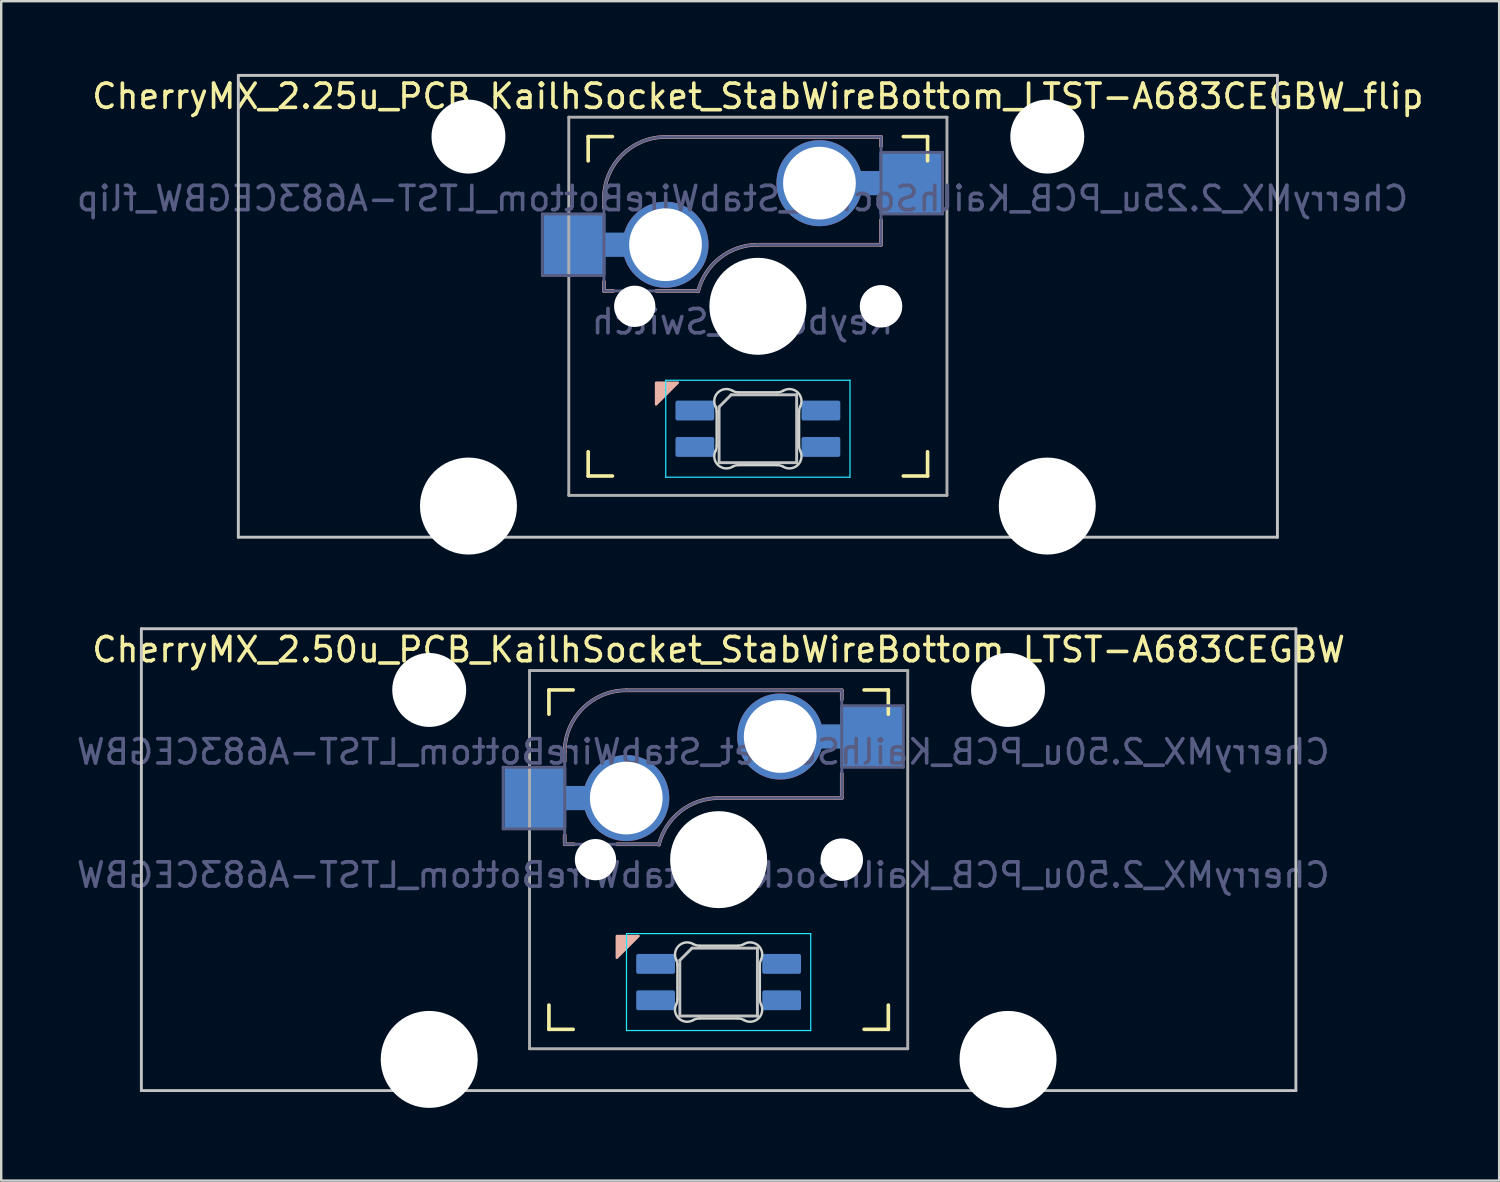
<source format=kicad_pcb>
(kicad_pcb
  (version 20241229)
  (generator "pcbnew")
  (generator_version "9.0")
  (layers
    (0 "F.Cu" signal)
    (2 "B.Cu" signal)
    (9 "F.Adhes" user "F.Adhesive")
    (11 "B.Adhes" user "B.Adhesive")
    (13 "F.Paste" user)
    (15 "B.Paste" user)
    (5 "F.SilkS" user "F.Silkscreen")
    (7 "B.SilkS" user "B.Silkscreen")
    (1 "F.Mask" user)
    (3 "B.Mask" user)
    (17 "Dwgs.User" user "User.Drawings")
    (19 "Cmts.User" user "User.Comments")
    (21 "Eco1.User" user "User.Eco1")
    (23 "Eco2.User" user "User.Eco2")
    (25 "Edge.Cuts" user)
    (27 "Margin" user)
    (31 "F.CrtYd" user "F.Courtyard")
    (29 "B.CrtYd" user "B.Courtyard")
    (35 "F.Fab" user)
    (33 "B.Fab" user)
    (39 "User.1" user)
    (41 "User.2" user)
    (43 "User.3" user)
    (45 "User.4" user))
  (footprint "CherryMX_2.50u_PCB_KailhSocket_StabWireBottom_LTST-A683CEGBW"
    (layer "F.Cu")
    (at 26.593 32.41)
    (property "Reference" "CherryMX_2.50u_PCB_KailhSocket_StabWireBottom_LTST-A683CEGBW" (at 0 -8.662 0) (layer "F.SilkS") (effects (font (size 1 1) (thickness 0.15))))
    (property "Value" "CherryMX_2.50u_PCB_KailhSocket_StabWireBottom_LTST-A683CEGBW" (at 0 8.662 0) (layer "F.Fab") (hide yes) (effects (font (size 1 1) (thickness 0.15))))
    (attr through_hole)
    (fp_line (start -7 -6) (end -7 -7) (stroke (width 0.15) (type solid)) (layer "F.SilkS"))
    (fp_line (start -7 7) (end -7 6) (stroke (width 0.15) (type solid)) (layer "F.SilkS"))
    (fp_line (start -7 7) (end -6 7) (stroke (width 0.15) (type solid)) (layer "F.SilkS"))
    (fp_line (start -6 -7) (end -7 -7) (stroke (width 0.15) (type solid)) (layer "F.SilkS"))
    (fp_line (start 6 7) (end 7 7) (stroke (width 0.15) (type solid)) (layer "F.SilkS"))
    (fp_line (start 7 -7) (end 6 -7) (stroke (width 0.15) (type solid)) (layer "F.SilkS"))
    (fp_line (start 7 -7) (end 7 -6) (stroke (width 0.15) (type solid)) (layer "F.SilkS"))
    (fp_line (start 7 6) (end 7 7) (stroke (width 0.15) (type solid)) (layer "F.SilkS"))
    (fp_line (start -6.35 -4.445) (end -6.35 -4.064) (stroke (width 0.15) (type solid)) (layer "B.SilkS"))
    (fp_line (start -6.35 -1.016) (end -6.35 -0.635) (stroke (width 0.15) (type solid)) (layer "B.SilkS"))
    (fp_line (start -5.969 -0.635) (end -6.35 -0.635) (stroke (width 0.15) (type solid)) (layer "B.SilkS"))
    (fp_line (start -3.81 -6.985) (end 5.08 -6.985) (stroke (width 0.15) (type solid)) (layer "B.SilkS"))
    (fp_line (start -2.464 -0.635) (end -4.191 -0.635) (stroke (width 0.15) (type solid)) (layer "B.SilkS"))
    (fp_line (start 5.08 -6.985) (end 5.08 -6.604) (stroke (width 0.15) (type solid)) (layer "B.SilkS"))
    (fp_line (start 5.08 -3.556) (end 5.08 -2.54) (stroke (width 0.15) (type solid)) (layer "B.SilkS"))
    (fp_line (start 5.08 -2.54) (end 0 -2.54) (stroke (width 0.15) (type solid)) (layer "B.SilkS"))
    (fp_arc (start -6.35 -4.445) (mid -5.606051 -6.241051) (end -3.81 -6.985) (stroke (width 0.15) (type solid)) (layer "B.SilkS"))
    (fp_arc (start -2.464162 -0.61604) (mid -1.563147 -2.002042) (end 0 -2.54) (stroke (width 0.15) (type solid)) (layer "B.SilkS"))
    (fp_poly (pts (xy -4.2 4.05) (xy -3.3 3.15) (xy -4.2 3.15)) (stroke (width 0.1) (type solid)) (fill yes) (layer "B.SilkS"))
    (fp_line (start -23.812 -9.525) (end 23.812 -9.525) (stroke (width 0.12) (type solid)) (layer "Dwgs.User"))
    (fp_line (start -23.812 9.525) (end -23.812 -9.525) (stroke (width 0.12) (type solid)) (layer "Dwgs.User"))
    (fp_line (start -1.6 4.15) (end -1.6 6.45) (stroke (width 0.12) (type solid)) (layer "Dwgs.User"))
    (fp_line (start -1.6 4.15) (end -1.1 3.65) (stroke (width 0.12) (type solid)) (layer "Dwgs.User"))
    (fp_line (start -1.6 6.45) (end 1.6 6.45) (stroke (width 0.12) (type solid)) (layer "Dwgs.User"))
    (fp_line (start 1.6 3.65) (end -1.1 3.65) (stroke (width 0.12) (type solid)) (layer "Dwgs.User"))
    (fp_line (start 1.6 6.45) (end 1.6 3.65) (stroke (width 0.12) (type solid)) (layer "Dwgs.User"))
    (fp_line (start 23.812 -9.525) (end 23.812 9.525) (stroke (width 0.12) (type solid)) (layer "Dwgs.User"))
    (fp_line (start 23.812 9.525) (end -23.812 9.525) (stroke (width 0.12) (type solid)) (layer "Dwgs.User"))
    (fp_line (start -6.9 6.9) (end -6.9 -6.9) (stroke (width 0.15) (type solid)) (layer "Eco2.User"))
    (fp_line (start -6.9 6.9) (end 6.9 6.9) (stroke (width 0.15) (type solid)) (layer "Eco2.User"))
    (fp_line (start 6.9 -6.9) (end -6.9 -6.9) (stroke (width 0.15) (type solid)) (layer "Eco2.User"))
    (fp_line (start 6.9 -6.9) (end 6.9 6.9) (stroke (width 0.15) (type solid)) (layer "Eco2.User"))
    (fp_line (start -1.7 5.753) (end -1.7 4.347) (stroke (width 0.1) (type solid)) (layer "Edge.Cuts"))
    (fp_line (start -0.794 3.55) (end 0.794 3.55) (stroke (width 0.1) (type solid)) (layer "Edge.Cuts"))
    (fp_line (start 0.794 6.55) (end -0.794 6.55) (stroke (width 0.1) (type solid)) (layer "Edge.Cuts"))
    (fp_line (start 1.7 4.347) (end 1.7 5.753) (stroke (width 0.1) (type solid)) (layer "Edge.Cuts"))
    (fp_arc (start -1.749484 4.13028) (mid -1.712527 4.235932) (end -1.699999 4.347158) (stroke (width 0.1) (type solid)) (layer "Edge.Cuts"))
    (fp_arc (start -1.749484 4.130281) (mid -1.638072 3.545965) (end -1.046711 3.481701) (stroke (width 0.1) (type solid)) (layer "Edge.Cuts"))
    (fp_arc (start -1.699999 5.752843) (mid -1.712527 5.864068) (end -1.749484 5.96972) (stroke (width 0.1) (type solid)) (layer "Edge.Cuts"))
    (fp_arc (start -1.046711 6.618298) (mid -1.63807 6.554034) (end -1.749484 5.96972) (stroke (width 0.1) (type solid)) (layer "Edge.Cuts"))
    (fp_arc (start -1.046711 6.618298) (mid -0.925123 6.567376) (end -0.794453 6.549999) (stroke (width 0.1) (type solid)) (layer "Edge.Cuts"))
    (fp_arc (start -0.794452 3.55) (mid -0.925123 3.532623) (end -1.046711 3.481701) (stroke (width 0.1) (type solid)) (layer "Edge.Cuts"))
    (fp_arc (start 0.794453 6.55) (mid 0.925123 6.567377) (end 1.046711 6.618299) (stroke (width 0.1) (type solid)) (layer "Edge.Cuts"))
    (fp_arc (start 1.04671 3.481701) (mid 0.925122 3.532623) (end 0.794452 3.55) (stroke (width 0.1) (type solid)) (layer "Edge.Cuts"))
    (fp_arc (start 1.046711 3.481703) (mid 1.63807 3.545966) (end 1.749484 4.13028) (stroke (width 0.1) (type solid)) (layer "Edge.Cuts"))
    (fp_arc (start 1.699999 4.347157) (mid 1.712527 4.235932) (end 1.749484 4.13028) (stroke (width 0.1) (type solid)) (layer "Edge.Cuts"))
    (fp_arc (start 1.749484 5.96972) (mid 1.638071 6.554035) (end 1.046711 6.618299) (stroke (width 0.1) (type solid)) (layer "Edge.Cuts"))
    (fp_arc (start 1.749484 5.96972) (mid 1.712527 5.864068) (end 1.699999 5.752842) (stroke (width 0.1) (type solid)) (layer "Edge.Cuts"))
    (fp_line (start -3.8 3.05) (end -3.8 7.05) (stroke (width 0.05) (type solid)) (layer "B.CrtYd"))
    (fp_line (start -3.8 7.05) (end 3.8 7.05) (stroke (width 0.05) (type solid)) (layer "B.CrtYd"))
    (fp_line (start 3.8 3.05) (end -3.8 3.05) (stroke (width 0.05) (type solid)) (layer "B.CrtYd"))
    (fp_line (start 3.8 7.05) (end 3.8 3.05) (stroke (width 0.05) (type solid)) (layer "B.CrtYd"))
    (fp_line (start -8.89 -3.81) (end -6.35 -3.81) (stroke (width 0.12) (type solid)) (layer "B.Fab"))
    (fp_line (start -8.89 -1.27) (end -8.89 -3.81) (stroke (width 0.12) (type solid)) (layer "B.Fab"))
    (fp_line (start -6.35 -1.27) (end -8.89 -1.27) (stroke (width 0.12) (type solid)) (layer "B.Fab"))
    (fp_line (start -6.35 -0.635) (end -6.35 -4.445) (stroke (width 0.12) (type solid)) (layer "B.Fab"))
    (fp_line (start -6.35 -0.635) (end -2.54 -0.635) (stroke (width 0.12) (type solid)) (layer "B.Fab"))
    (fp_line (start -3.81 -6.985) (end 5.08 -6.985) (stroke (width 0.12) (type solid)) (layer "B.Fab"))
    (fp_line (start 5.08 -6.985) (end 5.08 -2.54) (stroke (width 0.12) (type solid)) (layer "B.Fab"))
    (fp_line (start 5.08 -6.35) (end 7.62 -6.35) (stroke (width 0.12) (type solid)) (layer "B.Fab"))
    (fp_line (start 5.08 -2.54) (end 0 -2.54) (stroke (width 0.12) (type solid)) (layer "B.Fab"))
    (fp_line (start 7.62 -6.35) (end 7.62 -3.81) (stroke (width 0.12) (type solid)) (layer "B.Fab"))
    (fp_line (start 7.62 -3.81) (end 5.08 -3.81) (stroke (width 0.12) (type solid)) (layer "B.Fab"))
    (fp_arc (start -6.35 -4.445) (mid -5.606051 -6.241051) (end -3.81 -6.985) (stroke (width 0.12) (type solid)) (layer "B.Fab"))
    (fp_arc (start -2.464162 -0.61604) (mid -1.563147 -2.002042) (end 0 -2.54) (stroke (width 0.12) (type solid)) (layer "B.Fab"))
    (fp_line (start -7.8 -7.8) (end -7.8 7.8) (stroke (width 0.12) (type solid)) (layer "F.Fab"))
    (fp_line (start -7.8 -7.8) (end 7.8 -7.8) (stroke (width 0.12) (type solid)) (layer "F.Fab"))
    (fp_line (start -7.8 7.8) (end 7.8 7.8) (stroke (width 0.12) (type solid)) (layer "F.Fab"))
    (fp_line (start 7.8 -7.8) (end 7.8 7.8) (stroke (width 0.12) (type solid)) (layer "F.Fab"))
    (fp_text user "${VALUE}" (at -0.635 0.635 0) (layer "B.Fab") (effects (font (size 1 1) (thickness 0.15)) (justify mirror)))
    (fp_text user "${REFERENCE}" (at -0.635 -4.445 0) (layer "B.Fab") (effects (font (size 1 1) (thickness 0.15)) (justify mirror)))
    (pad "" np_thru_hole circle (at -11.938 -7) (size 3.05 3.05) (drill 3.05) (layers "*.Cu" "*.Mask"))
    (pad "" np_thru_hole circle (at -11.938 8.24) (size 4 4) (drill 4) (layers "*.Cu" "*.Mask"))
    (pad "" np_thru_hole circle (at -5.08 0) (size 1.702 1.702) (drill 1.702) (layers "*.Cu" "*.Mask"))
    (pad "" np_thru_hole circle (at 0 0) (size 4 4) (drill 4) (layers "*.Cu" "*.Mask"))
    (pad "" np_thru_hole circle (at 5.08 0) (size 1.702 1.702) (drill 1.702) (layers "*.Cu" "*.Mask"))
    (pad "" np_thru_hole circle (at 5.08 0) (size 1.75 1.75) (drill 1.75) (layers "*.Cu" "*.Mask"))
    (pad "" np_thru_hole circle (at 11.938 -7) (size 3.05 3.05) (drill 3.05) (layers "*.Cu" "*.Mask"))
    (pad "" np_thru_hole circle (at 11.938 8.24) (size 4 4) (drill 4) (layers "*.Cu" "*.Mask"))
    (pad "1" smd rect (at -7.56 -2.54) (size 2.55 2.5) (layers "B.Cu" "B.Mask" "B.Paste"))
    (pad "1" connect rect (at -5.715 -2.54 90) (size 1 2.5) (layers "B.Cu"))
    (pad "1" thru_hole circle (at -3.81 -2.54) (size 3.55 3.55) (drill 3) (layers "*.Cu"))
    (pad "2" thru_hole circle (at 2.54 -5.08) (size 3.55 3.55) (drill 3) (layers "*.Cu"))
    (pad "2" connect rect (at 5.015 -5.08 270) (size 1 2.5) (layers "B.Cu"))
    (pad "2" smd rect (at 6.29 -5.08) (size 2.55 2.5) (layers "B.Cu" "B.Mask" "B.Paste"))
    (pad "3" smd roundrect (at -2.6 4.3 90) (size 0.82 1.6) (layers "B.Cu" "B.Mask" "B.Paste") (roundrect_rratio 0.1))
    (pad "4" smd roundrect (at -2.6 5.8 90) (size 0.82 1.6) (layers "B.Cu" "B.Mask" "B.Paste") (roundrect_rratio 0.1))
    (pad "5" smd roundrect (at 2.6 4.3 90) (size 0.82 1.6) (layers "B.Cu" "B.Mask" "B.Paste") (roundrect_rratio 0.1))
    (pad "6" smd roundrect (at 2.6 5.8 90) (size 0.82 1.6) (layers "B.Cu" "B.Mask" "B.Paste") (roundrect_rratio 0.1)))
  (footprint "CherryMX_2.25u_PCB_KailhSocket_StabWireBottom_LTST-A683CEGBW_flip"
    (layer "F.Cu")
    (at 28.212 9.585)
    (property "Reference" "CherryMX_2.25u_PCB_KailhSocket_StabWireBottom_LTST-A683CEGBW_flip" (at 0 -8.662 0) (layer "F.SilkS") (effects (font (size 1 1) (thickness 0.15))))
    (property "Value" "Keyboard_Switch" (at 0 8.662 0) (layer "F.Fab") (hide yes) (effects (font (size 1 1) (thickness 0.15))))
    (attr through_hole)
    (fp_line (start -7 -6) (end -7 -7) (stroke (width 0.15) (type solid)) (layer "F.SilkS"))
    (fp_line (start -7 7) (end -7 6) (stroke (width 0.15) (type solid)) (layer "F.SilkS"))
    (fp_line (start -7 7) (end -6 7) (stroke (width 0.15) (type solid)) (layer "F.SilkS"))
    (fp_line (start -6 -7) (end -7 -7) (stroke (width 0.15) (type solid)) (layer "F.SilkS"))
    (fp_line (start 6 7) (end 7 7) (stroke (width 0.15) (type solid)) (layer "F.SilkS"))
    (fp_line (start 7 -7) (end 6 -7) (stroke (width 0.15) (type solid)) (layer "F.SilkS"))
    (fp_line (start 7 -7) (end 7 -6) (stroke (width 0.15) (type solid)) (layer "F.SilkS"))
    (fp_line (start 7 6) (end 7 7) (stroke (width 0.15) (type solid)) (layer "F.SilkS"))
    (fp_line (start -6.35 -4.445) (end -6.35 -4.064) (stroke (width 0.15) (type solid)) (layer "B.SilkS"))
    (fp_line (start -6.35 -1.016) (end -6.35 -0.635) (stroke (width 0.15) (type solid)) (layer "B.SilkS"))
    (fp_line (start -5.969 -0.635) (end -6.35 -0.635) (stroke (width 0.15) (type solid)) (layer "B.SilkS"))
    (fp_line (start -3.81 -6.985) (end 5.08 -6.985) (stroke (width 0.15) (type solid)) (layer "B.SilkS"))
    (fp_line (start -2.464 -0.635) (end -4.191 -0.635) (stroke (width 0.15) (type solid)) (layer "B.SilkS"))
    (fp_line (start 5.08 -6.985) (end 5.08 -6.604) (stroke (width 0.15) (type solid)) (layer "B.SilkS"))
    (fp_line (start 5.08 -3.556) (end 5.08 -2.54) (stroke (width 0.15) (type solid)) (layer "B.SilkS"))
    (fp_line (start 5.08 -2.54) (end 0 -2.54) (stroke (width 0.15) (type solid)) (layer "B.SilkS"))
    (fp_arc (start -6.35 -4.445) (mid -5.606051 -6.241051) (end -3.81 -6.985) (stroke (width 0.15) (type solid)) (layer "B.SilkS"))
    (fp_arc (start -2.464162 -0.61604) (mid -1.563147 -2.002042) (end 0 -2.54) (stroke (width 0.15) (type solid)) (layer "B.SilkS"))
    (fp_poly (pts (xy -4.2 4.05) (xy -3.3 3.15) (xy -4.2 3.15)) (stroke (width 0.1) (type solid)) (fill yes) (layer "B.SilkS"))
    (fp_line (start -21.431 -9.525) (end 21.431 -9.525) (stroke (width 0.12) (type solid)) (layer "Dwgs.User"))
    (fp_line (start -21.431 9.525) (end -21.431 -9.525) (stroke (width 0.12) (type solid)) (layer "Dwgs.User"))
    (fp_line (start -1.6 4.15) (end -1.6 6.45) (stroke (width 0.12) (type solid)) (layer "Dwgs.User"))
    (fp_line (start -1.6 4.15) (end -1.1 3.65) (stroke (width 0.12) (type solid)) (layer "Dwgs.User"))
    (fp_line (start -1.6 6.45) (end 1.6 6.45) (stroke (width 0.12) (type solid)) (layer "Dwgs.User"))
    (fp_line (start 1.6 3.65) (end -1.1 3.65) (stroke (width 0.12) (type solid)) (layer "Dwgs.User"))
    (fp_line (start 1.6 6.45) (end 1.6 3.65) (stroke (width 0.12) (type solid)) (layer "Dwgs.User"))
    (fp_line (start 21.431 -9.525) (end 21.431 9.525) (stroke (width 0.12) (type solid)) (layer "Dwgs.User"))
    (fp_line (start 21.431 9.525) (end -21.431 9.525) (stroke (width 0.12) (type solid)) (layer "Dwgs.User"))
    (fp_line (start -6.9 6.9) (end -6.9 -6.9) (stroke (width 0.15) (type solid)) (layer "Eco2.User"))
    (fp_line (start -6.9 6.9) (end 6.9 6.9) (stroke (width 0.15) (type solid)) (layer "Eco2.User"))
    (fp_line (start 6.9 -6.9) (end -6.9 -6.9) (stroke (width 0.15) (type solid)) (layer "Eco2.User"))
    (fp_line (start 6.9 -6.9) (end 6.9 6.9) (stroke (width 0.15) (type solid)) (layer "Eco2.User"))
    (fp_line (start -1.7 5.753) (end -1.7 4.347) (stroke (width 0.1) (type solid)) (layer "Edge.Cuts"))
    (fp_line (start -0.794 3.55) (end 0.794 3.55) (stroke (width 0.1) (type solid)) (layer "Edge.Cuts"))
    (fp_line (start 0.794 6.55) (end -0.794 6.55) (stroke (width 0.1) (type solid)) (layer "Edge.Cuts"))
    (fp_line (start 1.7 4.347) (end 1.7 5.753) (stroke (width 0.1) (type solid)) (layer "Edge.Cuts"))
    (fp_arc (start -1.749484 4.13028) (mid -1.712527 4.235932) (end -1.699999 4.347158) (stroke (width 0.1) (type solid)) (layer "Edge.Cuts"))
    (fp_arc (start -1.749484 4.130281) (mid -1.638072 3.545965) (end -1.046711 3.481701) (stroke (width 0.1) (type solid)) (layer "Edge.Cuts"))
    (fp_arc (start -1.699999 5.752843) (mid -1.712527 5.864068) (end -1.749484 5.96972) (stroke (width 0.1) (type solid)) (layer "Edge.Cuts"))
    (fp_arc (start -1.046711 6.618298) (mid -1.638071 6.554034) (end -1.749484 5.96972) (stroke (width 0.1) (type solid)) (layer "Edge.Cuts"))
    (fp_arc (start -1.046711 6.618298) (mid -0.925123 6.567376) (end -0.794453 6.549999) (stroke (width 0.1) (type solid)) (layer "Edge.Cuts"))
    (fp_arc (start -0.794452 3.55) (mid -0.925123 3.532623) (end -1.046711 3.481701) (stroke (width 0.1) (type solid)) (layer "Edge.Cuts"))
    (fp_arc (start 0.794453 6.55) (mid 0.925123 6.567377) (end 1.046711 6.618299) (stroke (width 0.1) (type solid)) (layer "Edge.Cuts"))
    (fp_arc (start 1.04671 3.481701) (mid 0.925122 3.532623) (end 0.794452 3.55) (stroke (width 0.1) (type solid)) (layer "Edge.Cuts"))
    (fp_arc (start 1.046711 3.481703) (mid 1.63807 3.545966) (end 1.749484 4.13028) (stroke (width 0.1) (type solid)) (layer "Edge.Cuts"))
    (fp_arc (start 1.699999 4.347157) (mid 1.712527 4.235932) (end 1.749484 4.13028) (stroke (width 0.1) (type solid)) (layer "Edge.Cuts"))
    (fp_arc (start 1.749484 5.96972) (mid 1.638071 6.554035) (end 1.046711 6.618299) (stroke (width 0.1) (type solid)) (layer "Edge.Cuts"))
    (fp_arc (start 1.749484 5.96972) (mid 1.712527 5.864068) (end 1.699999 5.752842) (stroke (width 0.1) (type solid)) (layer "Edge.Cuts"))
    (fp_line (start -3.8 3.05) (end -3.8 7.05) (stroke (width 0.05) (type solid)) (layer "B.CrtYd"))
    (fp_line (start -3.8 7.05) (end 3.8 7.05) (stroke (width 0.05) (type solid)) (layer "B.CrtYd"))
    (fp_line (start 3.8 3.05) (end -3.8 3.05) (stroke (width 0.05) (type solid)) (layer "B.CrtYd"))
    (fp_line (start 3.8 7.05) (end 3.8 3.05) (stroke (width 0.05) (type solid)) (layer "B.CrtYd"))
    (fp_line (start -8.89 -3.81) (end -6.35 -3.81) (stroke (width 0.12) (type solid)) (layer "B.Fab"))
    (fp_line (start -8.89 -1.27) (end -8.89 -3.81) (stroke (width 0.12) (type solid)) (layer "B.Fab"))
    (fp_line (start -6.35 -1.27) (end -8.89 -1.27) (stroke (width 0.12) (type solid)) (layer "B.Fab"))
    (fp_line (start -6.35 -0.635) (end -6.35 -4.445) (stroke (width 0.12) (type solid)) (layer "B.Fab"))
    (fp_line (start -6.35 -0.635) (end -2.54 -0.635) (stroke (width 0.12) (type solid)) (layer "B.Fab"))
    (fp_line (start -3.81 -6.985) (end 5.08 -6.985) (stroke (width 0.12) (type solid)) (layer "B.Fab"))
    (fp_line (start 5.08 -6.985) (end 5.08 -2.54) (stroke (width 0.12) (type solid)) (layer "B.Fab"))
    (fp_line (start 5.08 -6.35) (end 7.62 -6.35) (stroke (width 0.12) (type solid)) (layer "B.Fab"))
    (fp_line (start 5.08 -2.54) (end 0 -2.54) (stroke (width 0.12) (type solid)) (layer "B.Fab"))
    (fp_line (start 7.62 -6.35) (end 7.62 -3.81) (stroke (width 0.12) (type solid)) (layer "B.Fab"))
    (fp_line (start 7.62 -3.81) (end 5.08 -3.81) (stroke (width 0.12) (type solid)) (layer "B.Fab"))
    (fp_arc (start -6.35 -4.445) (mid -5.606051 -6.241051) (end -3.81 -6.985) (stroke (width 0.12) (type solid)) (layer "B.Fab"))
    (fp_arc (start -2.464162 -0.61604) (mid -1.563147 -2.002042) (end 0 -2.54) (stroke (width 0.12) (type solid)) (layer "B.Fab"))
    (fp_line (start -7.8 -7.8) (end -7.8 7.8) (stroke (width 0.12) (type solid)) (layer "F.Fab"))
    (fp_line (start -7.8 -7.8) (end 7.8 -7.8) (stroke (width 0.12) (type solid)) (layer "F.Fab"))
    (fp_line (start -7.8 7.8) (end 7.8 7.8) (stroke (width 0.12) (type solid)) (layer "F.Fab"))
    (fp_line (start 7.8 -7.8) (end 7.8 7.8) (stroke (width 0.12) (type solid)) (layer "F.Fab"))
    (fp_text user "${REFERENCE}" (at -0.635 -4.445 0) (layer "B.Fab") (effects (font (size 1 1) (thickness 0.15)) (justify mirror)))
    (fp_text user "${VALUE}" (at -0.635 0.635 0) (layer "B.Fab") (effects (font (size 1 1) (thickness 0.15)) (justify mirror)))
    (pad "" np_thru_hole circle (at -11.938 -7) (size 3.05 3.05) (drill 3.05) (layers "*.Cu" "*.Mask"))
    (pad "" np_thru_hole circle (at -11.938 8.24) (size 4 4) (drill 4) (layers "*.Cu" "*.Mask"))
    (pad "" np_thru_hole circle (at -5.08 0) (size 1.702 1.702) (drill 1.702) (layers "*.Cu" "*.Mask"))
    (pad "" np_thru_hole circle (at 0 0) (size 4 4) (drill 4) (layers "*.Cu" "*.Mask"))
    (pad "" np_thru_hole circle (at 5.08 0) (size 1.702 1.702) (drill 1.702) (layers "*.Cu" "*.Mask"))
    (pad "" np_thru_hole circle (at 5.08 0) (size 1.75 1.75) (drill 1.75) (layers "*.Cu" "*.Mask"))
    (pad "" np_thru_hole circle (at 11.938 -7) (size 3.05 3.05) (drill 3.05) (layers "*.Cu" "*.Mask"))
    (pad "" np_thru_hole circle (at 11.938 8.24) (size 4 4) (drill 4) (layers "*.Cu" "*.Mask"))
    (pad "1" thru_hole circle (at 2.54 -5.08) (size 3.55 3.55) (drill 3) (layers "*.Cu"))
    (pad "1" connect rect (at 5.015 -5.08 270) (size 1 2.5) (layers "B.Cu"))
    (pad "1" smd rect (at 6.29 -5.08) (size 2.55 2.5) (layers "B.Cu" "B.Mask" "B.Paste"))
    (pad "2" smd rect (at -7.56 -2.54) (size 2.55 2.5) (layers "B.Cu" "B.Mask" "B.Paste"))
    (pad "2" connect rect (at -5.715 -2.54 90) (size 1 2.5) (layers "B.Cu"))
    (pad "2" thru_hole circle (at -3.81 -2.54) (size 3.55 3.55) (drill 3) (layers "*.Cu"))
    (pad "3" smd roundrect (at -2.6 4.3 90) (size 0.82 1.6) (layers "B.Cu" "B.Mask" "B.Paste") (roundrect_rratio 0.1))
    (pad "4" smd roundrect (at -2.6 5.8 90) (size 0.82 1.6) (layers "B.Cu" "B.Mask" "B.Paste") (roundrect_rratio 0.1))
    (pad "5" smd roundrect (at 2.6 4.3 90) (size 0.82 1.6) (layers "B.Cu" "B.Mask" "B.Paste") (roundrect_rratio 0.1))
    (pad "6" smd roundrect (at 2.6 5.8 90) (size 0.82 1.6) (layers "B.Cu" "B.Mask" "B.Paste") (roundrect_rratio 0.1)))
  (gr_rect
    (start -3 -3)
    (end 58.79 45.65)
    (stroke (width 0.1) (type default))
    (fill no)
    (layer "Edge.Cuts")))
</source>
